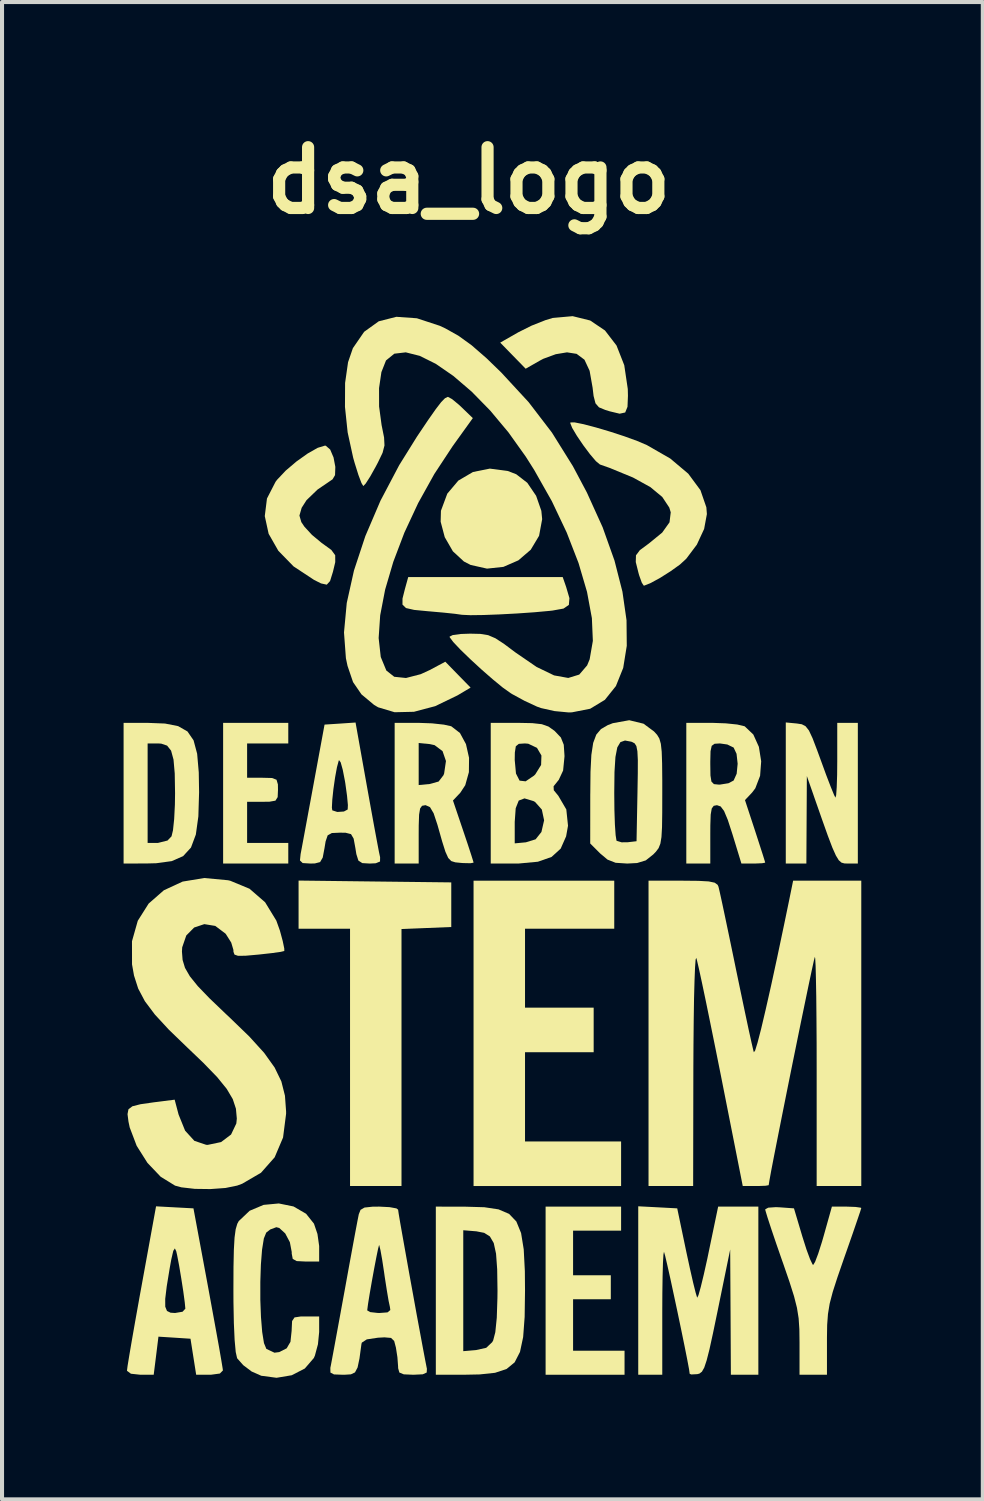
<source format=kicad_pcb>
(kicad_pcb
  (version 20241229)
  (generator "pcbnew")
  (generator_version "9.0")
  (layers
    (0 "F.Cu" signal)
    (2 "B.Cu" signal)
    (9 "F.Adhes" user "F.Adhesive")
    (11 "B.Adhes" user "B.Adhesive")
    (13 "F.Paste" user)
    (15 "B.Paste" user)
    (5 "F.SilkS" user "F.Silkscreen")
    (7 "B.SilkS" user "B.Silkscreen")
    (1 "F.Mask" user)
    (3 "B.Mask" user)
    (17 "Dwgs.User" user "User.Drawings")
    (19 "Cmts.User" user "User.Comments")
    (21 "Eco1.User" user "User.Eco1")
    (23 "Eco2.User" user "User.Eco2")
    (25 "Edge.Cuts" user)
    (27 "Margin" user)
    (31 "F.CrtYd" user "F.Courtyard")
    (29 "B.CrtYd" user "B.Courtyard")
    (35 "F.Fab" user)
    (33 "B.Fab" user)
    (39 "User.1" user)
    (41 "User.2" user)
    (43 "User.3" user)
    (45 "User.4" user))
  (footprint "dsa_logo"
    (layer "F.Cu")
    (at 8.467 18.429)
    (property "Reference" "dsa_logo" (at 0.05 -17.025 0) (layer "F.SilkS") (effects (font (size 1.5 1.5) (thickness 0.3))))
    (attr board_only exclude_from_pos_files exclude_from_bom)
    (fp_poly (pts (xy -2.265 0.274) (xy -0.381 0.296) (xy -0.381 0.847) (xy -0.381 1.397) (xy -0.995 1.422) (xy -1.609 1.447) (xy -1.609 4.618) (xy -1.609 7.789) (xy -2.244 7.789) (xy -2.879 7.789) (xy -2.879 4.614) (xy -2.879 1.439) (xy -3.514 1.439) (xy -4.149 1.439) (xy -4.149 0.845) (xy -4.149 0.251)) (stroke (width 0) (type solid)) (fill yes) (layer "F.SilkS"))
    (fp_poly (pts (xy 1.014 -9.856) (xy 1.222 -9.776) (xy 1.495 -9.565) (xy 1.713 -9.244) (xy 1.842 -8.873) (xy 1.862 -8.667) (xy 1.786 -8.257) (xy 1.58 -7.913) (xy 1.275 -7.651) (xy 0.905 -7.49) (xy 0.501 -7.447) (xy 0.096 -7.538) (xy -0.069 -7.623) (xy -0.341 -7.874) (xy -0.542 -8.223) (xy -0.643 -8.605) (xy -0.636 -8.875) (xy -0.479 -9.297) (xy -0.206 -9.62) (xy 0.154 -9.831) (xy 0.571 -9.915)) (stroke (width 0) (type solid)) (fill yes) (layer "F.SilkS"))
    (fp_poly (pts (xy 3.641 0.847) (xy 3.641 1.439) (xy 2.54 1.439) (xy 1.439 1.439) (xy 1.439 2.413) (xy 1.439 3.387) (xy 2.286 3.387) (xy 3.133 3.387) (xy 3.133 3.937) (xy 3.133 4.487) (xy 2.286 4.487) (xy 1.439 4.487) (xy 1.439 5.588) (xy 1.439 6.689) (xy 2.625 6.689) (xy 3.81 6.689) (xy 3.81 7.239) (xy 3.81 7.789) (xy 1.99 7.789) (xy 0.169 7.789) (xy 0.169 4.022) (xy 0.169 0.254) (xy 1.905 0.254) (xy 3.641 0.254)) (stroke (width 0) (type solid)) (fill yes) (layer "F.SilkS"))
    (fp_poly (pts (xy 3.81 8.594) (xy 3.81 8.89) (xy 3.217 8.89) (xy 2.625 8.89) (xy 2.625 9.44) (xy 2.625 9.991) (xy 3.09 9.991) (xy 3.556 9.991) (xy 3.556 10.287) (xy 3.556 10.583) (xy 3.09 10.583) (xy 2.625 10.583) (xy 2.625 11.218) (xy 2.625 11.853) (xy 3.26 11.853) (xy 3.895 11.853) (xy 3.895 12.15) (xy 3.895 12.446) (xy 2.921 12.446) (xy 1.947 12.446) (xy 1.947 10.372) (xy 1.947 8.297) (xy 2.879 8.297) (xy 3.81 8.297)) (stroke (width 0) (type solid)) (fill yes) (layer "F.SilkS"))
    (fp_poly (pts (xy 2.454 -6.994) (xy 2.535 -6.718) (xy 2.521 -6.552) (xy 2.389 -6.461) (xy 2.116 -6.412) (xy 2.053 -6.405) (xy 1.669 -6.37) (xy 1.24 -6.34) (xy 0.806 -6.317) (xy 0.409 -6.302) (xy 0.091 -6.298) (xy -0.107 -6.307) (xy -0.127 -6.309) (xy -0.291 -6.332) (xy -0.568 -6.361) (xy -0.903 -6.391) (xy -0.953 -6.395) (xy -1.296 -6.428) (xy -1.498 -6.474) (xy -1.585 -6.559) (xy -1.584 -6.709) (xy -1.525 -6.943) (xy -1.443 -7.239) (xy 0.463 -7.239) (xy 2.369 -7.239)) (stroke (width 0) (type solid)) (fill yes) (layer "F.SilkS"))
    (fp_poly (pts (xy -4.403 -3.387) (xy -4.403 -3.133) (xy -4.911 -3.133) (xy -5.419 -3.133) (xy -5.419 -2.709) (xy -5.419 -2.286) (xy -5.038 -2.286) (xy -4.804 -2.28) (xy -4.693 -2.237) (xy -4.659 -2.122) (xy -4.657 -1.99) (xy -4.665 -1.808) (xy -4.72 -1.721) (xy -4.868 -1.695) (xy -5.038 -1.693) (xy -5.419 -1.693) (xy -5.419 -1.185) (xy -5.419 -0.677) (xy -4.911 -0.677) (xy -4.403 -0.677) (xy -4.403 -0.423) (xy -4.403 -0.169) (xy -5.207 -0.169) (xy -6.011 -0.169) (xy -6.011 -1.905) (xy -6.011 -3.641) (xy -5.207 -3.641) (xy -4.403 -3.641)) (stroke (width 0) (type solid)) (fill yes) (layer "F.SilkS"))
    (fp_poly (pts (xy 3.047 -13.57) (xy 3.412 -13.324) (xy 3.697 -12.953) (xy 3.888 -12.467) (xy 3.975 -11.88) (xy 3.979 -11.711) (xy 3.968 -11.44) (xy 3.911 -11.3) (xy 3.774 -11.27) (xy 3.525 -11.33) (xy 3.419 -11.363) (xy 3.264 -11.427) (xy 3.178 -11.526) (xy 3.131 -11.708) (xy 3.107 -11.911) (xy 3.033 -12.329) (xy 2.906 -12.602) (xy 2.712 -12.747) (xy 2.475 -12.784) (xy 2.197 -12.738) (xy 1.89 -12.625) (xy 1.807 -12.581) (xy 1.455 -12.38) (xy 1.141 -12.702) (xy 0.827 -13.024) (xy 1.277 -13.281) (xy 1.601 -13.443) (xy 1.944 -13.579) (xy 2.123 -13.633) (xy 2.614 -13.677)) (stroke (width 0) (type solid)) (fill yes) (layer "F.SilkS"))
    (fp_poly (pts (xy -3.478 -10.48) (xy -3.369 -10.385) (xy -3.286 -10.19) (xy -3.242 -9.958) (xy -3.249 -9.755) (xy -3.31 -9.651) (xy -3.681 -9.398) (xy -3.953 -9.136) (xy -4.073 -8.948) (xy -4.128 -8.756) (xy -4.081 -8.595) (xy -4.005 -8.482) (xy -3.819 -8.28) (xy -3.582 -8.083) (xy -3.548 -8.059) (xy -3.339 -7.906) (xy -3.245 -7.777) (xy -3.244 -7.607) (xy -3.3 -7.372) (xy -3.372 -7.14) (xy -3.453 -7.051) (xy -3.595 -7.082) (xy -3.768 -7.169) (xy -4.273 -7.502) (xy -4.649 -7.888) (xy -4.888 -8.307) (xy -4.983 -8.743) (xy -4.929 -9.177) (xy -4.717 -9.59) (xy -4.678 -9.641) (xy -4.466 -9.866) (xy -4.201 -10.091) (xy -3.924 -10.288) (xy -3.677 -10.428) (xy -3.5 -10.482)) (stroke (width 0) (type solid)) (fill yes) (layer "F.SilkS"))
    (fp_poly (pts (xy -7.445 -3.624) (xy -7.121 -3.56) (xy -6.891 -3.429) (xy -6.74 -3.209) (xy -6.652 -2.879) (xy -6.612 -2.419) (xy -6.604 -1.929) (xy -6.622 -1.333) (xy -6.684 -0.885) (xy -6.804 -0.564) (xy -6.998 -0.352) (xy -7.278 -0.229) (xy -7.66 -0.177) (xy -7.895 -0.171) (xy -8.467 -0.169) (xy -8.467 -1.905) (xy -8.467 -3.133) (xy -7.874 -3.133) (xy -7.874 -1.905) (xy -7.874 -0.677) (xy -7.623 -0.677) (xy -7.383 -0.737) (xy -7.284 -0.841) (xy -7.248 -0.991) (xy -7.219 -1.267) (xy -7.201 -1.625) (xy -7.197 -1.905) (xy -7.205 -2.392) (xy -7.235 -2.734) (xy -7.295 -2.955) (xy -7.393 -3.079) (xy -7.538 -3.128) (xy -7.623 -3.133) (xy -7.874 -3.133) (xy -8.467 -3.133) (xy -8.467 -3.641) (xy -7.88 -3.641)) (stroke (width 0) (type solid)) (fill yes) (layer "F.SilkS"))
    (fp_poly (pts (xy 8.147 -3.625) (xy 8.27 -3.606) (xy 8.362 -3.558) (xy 8.445 -3.453) (xy 8.535 -3.261) (xy 8.652 -2.954) (xy 8.738 -2.719) (xy 8.869 -2.36) (xy 8.983 -2.063) (xy 9.065 -1.863) (xy 9.099 -1.795) (xy 9.117 -1.855) (xy 9.131 -2.053) (xy 9.141 -2.357) (xy 9.144 -2.695) (xy 9.144 -3.641) (xy 9.398 -3.641) (xy 9.652 -3.641) (xy 9.652 -1.905) (xy 9.652 -0.169) (xy 9.407 -0.169) (xy 9.32 -0.172) (xy 9.248 -0.192) (xy 9.182 -0.25) (xy 9.111 -0.366) (xy 9.024 -0.56) (xy 8.913 -0.852) (xy 8.767 -1.262) (xy 8.575 -1.81) (xy 8.557 -1.863) (xy 8.394 -2.328) (xy 8.388 -1.249) (xy 8.382 -0.169) (xy 8.128 -0.169) (xy 7.874 -0.169) (xy 7.874 -1.91) (xy 7.874 -3.651)) (stroke (width 0) (type solid)) (fill yes) (layer "F.SilkS"))
    (fp_poly (pts (xy -0.021 8.299) (xy 0.435 8.312) (xy 0.786 8.365) (xy 1.045 8.476) (xy 1.225 8.664) (xy 1.342 8.95) (xy 1.407 9.351) (xy 1.435 9.888) (xy 1.439 10.372) (xy 1.43 11.019) (xy 1.393 11.516) (xy 1.315 11.883) (xy 1.183 12.14) (xy 0.982 12.305) (xy 0.699 12.398) (xy 0.32 12.438) (xy -0.021 12.445) (xy -0.762 12.446) (xy -0.762 10.372) (xy -0.762 8.88) (xy -0.085 8.88) (xy -0.085 10.372) (xy -0.085 11.864) (xy 0.231 11.837) (xy 0.482 11.781) (xy 0.629 11.642) (xy 0.653 11.599) (xy 0.706 11.396) (xy 0.742 11.042) (xy 0.758 10.554) (xy 0.76 10.372) (xy 0.752 9.842) (xy 0.724 9.458) (xy 0.667 9.196) (xy 0.572 9.033) (xy 0.431 8.944) (xy 0.235 8.906) (xy 0.231 8.906) (xy -0.085 8.88) (xy -0.762 8.88) (xy -0.762 8.297)) (stroke (width 0) (type solid)) (fill yes) (layer "F.SilkS"))
    (fp_poly (pts (xy -0.361 -11.63) (xy -0.195 -11.493) (xy -0.119 -11.422) (xy 0.151 -11.161) (xy -0.346 -10.47) (xy -0.799 -9.782) (xy -1.198 -9.064) (xy -1.538 -8.335) (xy -1.811 -7.616) (xy -2.013 -6.929) (xy -2.135 -6.295) (xy -2.173 -5.734) (xy -2.121 -5.266) (xy -1.983 -4.932) (xy -1.788 -4.778) (xy -1.498 -4.748) (xy -1.135 -4.842) (xy -0.911 -4.945) (xy -0.528 -5.15) (xy -0.216 -4.83) (xy 0.096 -4.511) (xy -0.227 -4.319) (xy -0.777 -4.053) (xy -1.302 -3.914) (xy -1.779 -3.903) (xy -2.186 -4.025) (xy -2.287 -4.085) (xy -2.597 -4.344) (xy -2.805 -4.647) (xy -2.941 -5.047) (xy -2.981 -5.235) (xy -3.028 -5.871) (xy -2.96 -6.6) (xy -2.782 -7.4) (xy -2.502 -8.248) (xy -2.128 -9.123) (xy -1.666 -10) (xy -1.227 -10.705) (xy -0.958 -11.105) (xy -0.764 -11.382) (xy -0.629 -11.557) (xy -0.537 -11.651) (xy -0.473 -11.683) (xy -0.46 -11.684)) (stroke (width 0) (type solid)) (fill yes) (layer "F.SilkS"))
    (fp_poly (pts (xy 2.884 -11.011) (xy 3.188 -10.931) (xy 3.536 -10.828) (xy 3.889 -10.713) (xy 4.208 -10.597) (xy 4.445 -10.496) (xy 5.023 -10.164) (xy 5.468 -9.789) (xy 5.768 -9.383) (xy 5.914 -8.96) (xy 5.927 -8.793) (xy 5.859 -8.426) (xy 5.679 -8.038) (xy 5.419 -7.692) (xy 5.264 -7.549) (xy 5.031 -7.382) (xy 4.775 -7.22) (xy 4.543 -7.093) (xy 4.388 -7.03) (xy 4.369 -7.027) (xy 4.321 -7.1) (xy 4.256 -7.281) (xy 4.238 -7.345) (xy 4.172 -7.609) (xy 4.177 -7.775) (xy 4.273 -7.903) (xy 4.484 -8.059) (xy 4.486 -8.06) (xy 4.824 -8.336) (xy 5.005 -8.59) (xy 5.035 -8.836) (xy 4.999 -8.954) (xy 4.826 -9.215) (xy 4.532 -9.459) (xy 4.104 -9.695) (xy 3.528 -9.932) (xy 3.287 -10.017) (xy 3.188 -10.099) (xy 3.041 -10.272) (xy 2.875 -10.494) (xy 2.719 -10.724) (xy 2.603 -10.919) (xy 2.555 -11.039) (xy 2.559 -11.054) (xy 2.661 -11.056)) (stroke (width 0) (type solid)) (fill yes) (layer "F.SilkS"))
    (fp_poly (pts (xy 9.595 8.305) (xy 9.723 8.323) (xy 9.737 8.332) (xy 9.71 8.42) (xy 9.636 8.638) (xy 9.526 8.959) (xy 9.388 9.354) (xy 9.313 9.567) (xy 9.148 10.044) (xy 9.032 10.404) (xy 8.957 10.691) (xy 8.915 10.947) (xy 8.895 11.215) (xy 8.89 11.538) (xy 8.89 11.607) (xy 8.89 12.446) (xy 8.551 12.446) (xy 8.213 12.446) (xy 8.213 11.647) (xy 8.209 11.321) (xy 8.191 11.052) (xy 8.15 10.795) (xy 8.078 10.51) (xy 7.965 10.153) (xy 7.803 9.682) (xy 7.789 9.644) (xy 7.641 9.218) (xy 7.516 8.849) (xy 7.423 8.564) (xy 7.372 8.395) (xy 7.366 8.364) (xy 7.441 8.323) (xy 7.629 8.31) (xy 7.721 8.314) (xy 8.076 8.34) (xy 8.284 9.038) (xy 8.384 9.353) (xy 8.473 9.594) (xy 8.535 9.724) (xy 8.55 9.737) (xy 8.597 9.661) (xy 8.674 9.458) (xy 8.767 9.166) (xy 8.81 9.017) (xy 9.012 8.297) (xy 9.374 8.297)) (stroke (width 0) (type solid)) (fill yes) (layer "F.SilkS"))
    (fp_poly (pts (xy -7.205 8.315) (xy -6.743 8.34) (xy -6.381 10.287) (xy -6.279 10.844) (xy -6.187 11.348) (xy -6.11 11.774) (xy -6.054 12.098) (xy -6.022 12.294) (xy -6.016 12.34) (xy -6.091 12.416) (xy -6.312 12.446) (xy -6.344 12.446) (xy -6.676 12.446) (xy -6.746 12.002) (xy -6.816 11.557) (xy -7.212 11.531) (xy -7.607 11.506) (xy -7.665 11.976) (xy -7.724 12.446) (xy -8.053 12.446) (xy -8.286 12.421) (xy -8.382 12.35) (xy -8.383 12.34) (xy -8.369 12.23) (xy -8.328 11.978) (xy -8.265 11.608) (xy -8.184 11.146) (xy -8.089 10.615) (xy -8.082 10.574) (xy -7.44 10.574) (xy -7.439 10.767) (xy -7.396 10.872) (xy -7.308 10.915) (xy -7.197 10.922) (xy -7.012 10.891) (xy -6.943 10.816) (xy -6.958 10.658) (xy -6.994 10.389) (xy -7.044 10.068) (xy -7.097 9.751) (xy -7.146 9.495) (xy -7.168 9.398) (xy -7.202 9.328) (xy -7.241 9.389) (xy -7.289 9.595) (xy -7.33 9.821) (xy -7.403 10.268) (xy -7.44 10.574) (xy -8.082 10.574) (xy -8.025 10.262) (xy -7.666 8.29)) (stroke (width 0) (type solid)) (fill yes) (layer "F.SilkS"))
    (fp_poly (pts (xy 4.714 8.314) (xy 5.195 8.34) (xy 5.421 9.421) (xy 5.509 9.827) (xy 5.587 10.17) (xy 5.649 10.418) (xy 5.685 10.538) (xy 5.689 10.543) (xy 5.72 10.48) (xy 5.776 10.28) (xy 5.851 9.971) (xy 5.938 9.581) (xy 5.967 9.44) (xy 6.205 8.297) (xy 6.701 8.297) (xy 7.197 8.297) (xy 7.197 10.372) (xy 7.197 12.446) (xy 6.858 12.446) (xy 6.519 12.446) (xy 6.511 10.901) (xy 6.502 9.356) (xy 6.19 10.88) (xy 6.078 11.42) (xy 5.991 11.817) (xy 5.921 12.092) (xy 5.862 12.269) (xy 5.805 12.37) (xy 5.744 12.417) (xy 5.691 12.431) (xy 5.544 12.439) (xy 5.503 12.424) (xy 5.487 12.311) (xy 5.442 12.071) (xy 5.375 11.734) (xy 5.293 11.334) (xy 5.203 10.903) (xy 5.111 10.473) (xy 5.026 10.077) (xy 4.952 9.747) (xy 4.898 9.515) (xy 4.869 9.414) (xy 4.868 9.412) (xy 4.855 9.478) (xy 4.843 9.688) (xy 4.834 10.017) (xy 4.828 10.437) (xy 4.826 10.908) (xy 4.826 12.446) (xy 4.53 12.446) (xy 4.233 12.446) (xy 4.233 10.367) (xy 4.233 8.289)) (stroke (width 0) (type solid)) (fill yes) (layer "F.SilkS"))
    (fp_poly (pts (xy -0.857 -3.629) (xy -0.562 -3.597) (xy -0.382 -3.557) (xy -0.167 -3.391) (xy -0.018 -3.116) (xy 0.058 -2.777) (xy 0.054 -2.424) (xy -0.036 -2.102) (xy -0.159 -1.915) (xy -0.339 -1.725) (xy -0.085 -0.974) (xy 0.026 -0.644) (xy 0.112 -0.381) (xy 0.162 -0.221) (xy 0.169 -0.191) (xy 0.095 -0.177) (xy -0.089 -0.181) (xy -0.142 -0.185) (xy -0.282 -0.199) (xy -0.381 -0.23) (xy -0.456 -0.307) (xy -0.525 -0.459) (xy -0.606 -0.715) (xy -0.716 -1.104) (xy -0.721 -1.122) (xy -0.816 -1.409) (xy -0.906 -1.561) (xy -1.011 -1.608) (xy -1.022 -1.609) (xy -1.102 -1.594) (xy -1.15 -1.527) (xy -1.175 -1.376) (xy -1.184 -1.107) (xy -1.185 -0.889) (xy -1.185 -0.169) (xy -1.482 -0.169) (xy -1.778 -0.169) (xy -1.778 -1.905) (xy -1.778 -3.143) (xy -1.185 -3.143) (xy -1.185 -2.625) (xy -1.185 -2.106) (xy -0.912 -2.132) (xy -0.693 -2.193) (xy -0.573 -2.349) (xy -0.557 -2.392) (xy -0.512 -2.699) (xy -0.596 -2.943) (xy -0.793 -3.091) (xy -0.912 -3.117) (xy -1.185 -3.143) (xy -1.778 -3.143) (xy -1.778 -3.641) (xy -1.191 -3.641)) (stroke (width 0) (type solid)) (fill yes) (layer "F.SilkS"))
    (fp_poly (pts (xy -2.46 -2.063) (xy -2.369 -1.557) (xy -2.286 -1.101) (xy -2.216 -0.724) (xy -2.165 -0.455) (xy -2.137 -0.324) (xy -2.137 -0.324) (xy -2.139 -0.219) (xy -2.244 -0.176) (xy -2.394 -0.169) (xy -2.577 -0.18) (xy -2.673 -0.242) (xy -2.723 -0.401) (xy -2.747 -0.55) (xy -2.79 -0.784) (xy -2.855 -0.895) (xy -2.988 -0.929) (xy -3.128 -0.931) (xy -3.328 -0.922) (xy -3.431 -0.865) (xy -3.482 -0.715) (xy -3.509 -0.55) (xy -3.553 -0.317) (xy -3.618 -0.205) (xy -3.746 -0.172) (xy -3.855 -0.169) (xy -4.048 -0.181) (xy -4.115 -0.245) (xy -4.099 -0.402) (xy -4.099 -0.402) (xy -4.069 -0.56) (xy -4.015 -0.852) (xy -3.942 -1.246) (xy -3.886 -1.55) (xy -3.327 -1.55) (xy -3.317 -1.482) (xy -3.193 -1.442) (xy -3.03 -1.453) (xy -2.937 -1.503) (xy -2.932 -1.612) (xy -2.953 -1.841) (xy -2.995 -2.145) (xy -3.004 -2.201) (xy -3.059 -2.483) (xy -3.11 -2.666) (xy -3.151 -2.721) (xy -3.158 -2.709) (xy -3.202 -2.545) (xy -3.248 -2.294) (xy -3.289 -2.009) (xy -3.317 -1.744) (xy -3.327 -1.55) (xy -3.886 -1.55) (xy -3.856 -1.71) (xy -3.781 -2.117) (xy -3.508 -3.598) (xy -3.125 -3.623) (xy -2.743 -3.649)) (stroke (width 0) (type solid)) (fill yes) (layer "F.SilkS"))
    (fp_poly (pts (xy 4.364 -3.62) (xy 4.622 -3.429) (xy 4.699 -3.345) (xy 4.754 -3.253) (xy 4.791 -3.124) (xy 4.812 -2.929) (xy 4.822 -2.64) (xy 4.826 -2.228) (xy 4.826 -1.92) (xy 4.825 -1.424) (xy 4.82 -1.068) (xy 4.806 -0.823) (xy 4.779 -0.66) (xy 4.735 -0.549) (xy 4.669 -0.461) (xy 4.603 -0.393) (xy 4.419 -0.247) (xy 4.206 -0.182) (xy 3.961 -0.169) (xy 3.674 -0.188) (xy 3.475 -0.266) (xy 3.295 -0.417) (xy 3.048 -0.664) (xy 3.049 -1.877) (xy 3.05 -1.909) (xy 3.641 -1.909) (xy 3.645 -1.489) (xy 3.657 -1.132) (xy 3.675 -0.87) (xy 3.696 -0.738) (xy 3.701 -0.73) (xy 3.823 -0.693) (xy 3.976 -0.695) (xy 4.191 -0.72) (xy 4.214 -1.92) (xy 4.222 -2.393) (xy 4.223 -2.724) (xy 4.212 -2.94) (xy 4.187 -3.068) (xy 4.144 -3.135) (xy 4.081 -3.169) (xy 4.062 -3.176) (xy 3.906 -3.205) (xy 3.793 -3.165) (xy 3.716 -3.035) (xy 3.67 -2.797) (xy 3.647 -2.429) (xy 3.641 -1.913) (xy 3.641 -1.909) (xy 3.05 -1.909) (xy 3.055 -2.435) (xy 3.076 -2.85) (xy 3.121 -3.146) (xy 3.198 -3.351) (xy 3.314 -3.488) (xy 3.479 -3.584) (xy 3.606 -3.633) (xy 4.011 -3.706)) (stroke (width 0) (type solid)) (fill yes) (layer "F.SilkS"))
    (fp_poly (pts (xy 6.393 -3.629) (xy 6.676 -3.6) (xy 6.853 -3.558) (xy 6.863 -3.553) (xy 7.073 -3.353) (xy 7.21 -3.049) (xy 7.267 -2.692) (xy 7.24 -2.334) (xy 7.122 -2.026) (xy 7.044 -1.923) (xy 6.867 -1.735) (xy 7.117 -0.974) (xy 7.224 -0.643) (xy 7.309 -0.38) (xy 7.358 -0.221) (xy 7.366 -0.191) (xy 7.291 -0.177) (xy 7.109 -0.169) (xy 7.072 -0.169) (xy 6.779 -0.169) (xy 6.559 -0.889) (xy 6.443 -1.246) (xy 6.351 -1.466) (xy 6.267 -1.578) (xy 6.176 -1.609) (xy 6.176 -1.609) (xy 6.096 -1.594) (xy 6.047 -1.528) (xy 6.021 -1.378) (xy 6.012 -1.111) (xy 6.011 -0.889) (xy 6.011 -0.169) (xy 5.715 -0.169) (xy 5.419 -0.169) (xy 5.419 -1.905) (xy 5.419 -2.625) (xy 6.011 -2.625) (xy 6.015 -2.343) (xy 6.039 -2.192) (xy 6.101 -2.129) (xy 6.22 -2.117) (xy 6.248 -2.117) (xy 6.46 -2.151) (xy 6.587 -2.218) (xy 6.662 -2.385) (xy 6.686 -2.632) (xy 6.659 -2.877) (xy 6.587 -3.031) (xy 6.431 -3.107) (xy 6.248 -3.133) (xy 6.117 -3.125) (xy 6.046 -3.074) (xy 6.017 -2.941) (xy 6.011 -2.685) (xy 6.011 -2.625) (xy 5.419 -2.625) (xy 5.419 -3.641) (xy 6.059 -3.641)) (stroke (width 0) (type solid)) (fill yes) (layer "F.SilkS"))
    (fp_poly (pts (xy 1.619 -3.634) (xy 1.853 -3.608) (xy 2.017 -3.55) (xy 2.159 -3.45) (xy 2.175 -3.436) (xy 2.324 -3.279) (xy 2.395 -3.101) (xy 2.413 -2.83) (xy 2.413 -2.81) (xy 2.379 -2.464) (xy 2.271 -2.233) (xy 2.251 -2.209) (xy 2.144 -2.076) (xy 2.149 -1.978) (xy 2.261 -1.841) (xy 2.458 -1.504) (xy 2.5 -1.102) (xy 2.453 -0.84) (xy 2.319 -0.537) (xy 2.094 -0.332) (xy 1.757 -0.214) (xy 1.286 -0.17) (xy 1.206 -0.17) (xy 0.593 -0.169) (xy 0.593 -0.667) (xy 1.185 -0.667) (xy 1.46 -0.693) (xy 1.7 -0.767) (xy 1.844 -0.948) (xy 1.91 -1.236) (xy 1.854 -1.501) (xy 1.687 -1.689) (xy 1.646 -1.711) (xy 1.426 -1.777) (xy 1.284 -1.723) (xy 1.209 -1.534) (xy 1.185 -1.197) (xy 1.185 -1.183) (xy 1.185 -0.667) (xy 0.593 -0.667) (xy 0.593 -1.905) (xy 0.593 -2.723) (xy 1.185 -2.723) (xy 1.216 -2.39) (xy 1.305 -2.215) (xy 1.454 -2.198) (xy 1.661 -2.339) (xy 1.693 -2.371) (xy 1.836 -2.602) (xy 1.844 -2.835) (xy 1.734 -3.024) (xy 1.519 -3.126) (xy 1.436 -3.133) (xy 1.286 -3.123) (xy 1.212 -3.063) (xy 1.188 -2.909) (xy 1.185 -2.723) (xy 0.593 -2.723) (xy 0.593 -3.641) (xy 1.265 -3.641)) (stroke (width 0) (type solid)) (fill yes) (layer "F.SilkS"))
    (fp_poly (pts (xy -4.274 8.293) (xy -3.964 8.473) (xy -3.769 8.718) (xy -3.683 8.972) (xy -3.641 9.269) (xy -3.641 9.309) (xy -3.641 9.652) (xy -3.979 9.652) (xy -4.197 9.641) (xy -4.293 9.587) (xy -4.318 9.456) (xy -4.318 9.417) (xy -4.364 9.175) (xy -4.479 8.958) (xy -4.626 8.824) (xy -4.698 8.805) (xy -4.848 8.861) (xy -4.947 8.938) (xy -5.006 9.083) (xy -5.05 9.358) (xy -5.079 9.727) (xy -5.093 10.153) (xy -5.093 10.597) (xy -5.077 11.022) (xy -5.047 11.39) (xy -5.003 11.665) (xy -4.944 11.808) (xy -4.744 11.902) (xy -4.627 11.887) (xy -4.443 11.794) (xy -4.349 11.633) (xy -4.32 11.358) (xy -4.319 11.324) (xy -4.309 11.121) (xy -4.249 11.031) (xy -4.089 11.007) (xy -3.979 11.007) (xy -3.641 11.007) (xy -3.641 11.392) (xy -3.671 11.694) (xy -3.746 11.973) (xy -3.773 12.034) (xy -3.995 12.292) (xy -4.317 12.458) (xy -4.692 12.521) (xy -5.07 12.471) (xy -5.307 12.366) (xy -5.514 12.21) (xy -5.658 12.048) (xy -5.667 12.033) (xy -5.7 11.885) (xy -5.727 11.589) (xy -5.746 11.17) (xy -5.756 10.647) (xy -5.757 10.354) (xy -5.755 9.787) (xy -5.746 9.364) (xy -5.729 9.062) (xy -5.701 8.855) (xy -5.661 8.72) (xy -5.625 8.654) (xy -5.356 8.399) (xy -5.012 8.254) (xy -4.637 8.219)) (stroke (width 0) (type solid)) (fill yes) (layer "F.SilkS"))
    (fp_poly (pts (xy 5.719 0.258) (xy 5.972 0.272) (xy 6.119 0.303) (xy 6.191 0.355) (xy 6.213 0.402) (xy 6.242 0.525) (xy 6.3 0.788) (xy 6.38 1.166) (xy 6.478 1.633) (xy 6.588 2.163) (xy 6.648 2.455) (xy 6.763 3.007) (xy 6.868 3.507) (xy 6.958 3.93) (xy 7.029 4.251) (xy 7.074 4.445) (xy 7.086 4.487) (xy 7.117 4.447) (xy 7.177 4.252) (xy 7.265 3.913) (xy 7.376 3.442) (xy 7.51 2.849) (xy 7.662 2.147) (xy 7.831 1.345) (xy 7.956 0.741) (xy 8.055 0.254) (xy 8.896 0.254) (xy 9.737 0.254) (xy 9.737 4.022) (xy 9.737 7.789) (xy 9.186 7.789) (xy 8.636 7.789) (xy 8.636 4.939) (xy 8.635 4.266) (xy 8.631 3.652) (xy 8.626 3.116) (xy 8.618 2.678) (xy 8.61 2.357) (xy 8.6 2.171) (xy 8.592 2.133) (xy 8.569 2.219) (xy 8.519 2.447) (xy 8.445 2.795) (xy 8.353 3.238) (xy 8.246 3.754) (xy 8.131 4.318) (xy 8.011 4.908) (xy 7.892 5.499) (xy 7.778 6.069) (xy 7.674 6.593) (xy 7.584 7.049) (xy 7.514 7.412) (xy 7.469 7.66) (xy 7.452 7.768) (xy 7.376 7.782) (xy 7.19 7.789) (xy 7.131 7.789) (xy 6.812 7.789) (xy 6.272 5.059) (xy 6.139 4.395) (xy 6.014 3.779) (xy 5.902 3.232) (xy 5.806 2.775) (xy 5.731 2.429) (xy 5.681 2.215) (xy 5.665 2.159) (xy 5.649 2.2) (xy 5.635 2.392) (xy 5.622 2.718) (xy 5.61 3.16) (xy 5.602 3.699) (xy 5.596 4.318) (xy 5.593 4.889) (xy 5.588 7.789) (xy 5.038 7.789) (xy 4.487 7.789) (xy 4.487 4.022) (xy 4.487 0.254) (xy 5.328 0.254)) (stroke (width 0) (type solid)) (fill yes) (layer "F.SilkS"))
    (fp_poly (pts (xy -1.903 8.31) (xy -1.734 8.341) (xy -1.693 8.372) (xy -1.679 8.47) (xy -1.639 8.707) (xy -1.578 9.052) (xy -1.502 9.478) (xy -1.417 9.954) (xy -1.326 10.453) (xy -1.237 10.946) (xy -1.152 11.403) (xy -1.079 11.797) (xy -1.022 12.097) (xy -0.987 12.276) (xy -0.982 12.298) (xy -0.987 12.391) (xy -1.085 12.435) (xy -1.313 12.446) (xy -1.32 12.446) (xy -1.553 12.436) (xy -1.662 12.391) (xy -1.692 12.285) (xy -1.693 12.245) (xy -1.71 12.013) (xy -1.747 11.775) (xy -1.79 11.612) (xy -1.868 11.537) (xy -2.031 11.523) (xy -2.191 11.532) (xy -2.465 11.573) (xy -2.588 11.653) (xy -2.597 11.684) (xy -2.646 12.044) (xy -2.693 12.267) (xy -2.757 12.388) (xy -2.858 12.436) (xy -3.016 12.446) (xy -3.059 12.446) (xy -3.275 12.438) (xy -3.363 12.392) (xy -3.365 12.276) (xy -3.352 12.213) (xy -3.323 12.059) (xy -3.269 11.769) (xy -3.196 11.372) (xy -3.109 10.898) (xy -3.102 10.858) (xy -2.455 10.858) (xy -2.381 10.9) (xy -2.197 10.921) (xy -2.153 10.922) (xy -1.954 10.907) (xy -1.885 10.849) (xy -1.895 10.774) (xy -1.927 10.624) (xy -1.972 10.357) (xy -2.024 10.023) (xy -2.038 9.923) (xy -2.086 9.608) (xy -2.128 9.372) (xy -2.157 9.253) (xy -2.163 9.247) (xy -2.186 9.333) (xy -2.229 9.542) (xy -2.284 9.828) (xy -2.342 10.147) (xy -2.395 10.452) (xy -2.435 10.7) (xy -2.454 10.846) (xy -2.455 10.858) (xy -3.102 10.858) (xy -3.014 10.378) (xy -3.005 10.329) (xy -2.911 9.81) (xy -2.824 9.337) (xy -2.751 8.942) (xy -2.696 8.651) (xy -2.665 8.495) (xy -2.664 8.488) (xy -2.62 8.377) (xy -2.522 8.32) (xy -2.325 8.299) (xy -2.157 8.297)) (stroke (width 0) (type solid)) (fill yes) (layer "F.SilkS"))
    (fp_poly (pts (xy -5.889 0.243) (xy -5.834 0.256) (xy -5.359 0.453) (xy -4.975 0.786) (xy -4.698 1.239) (xy -4.61 1.485) (xy -4.54 1.744) (xy -4.502 1.928) (xy -4.501 1.989) (xy -4.593 2.011) (xy -4.809 2.041) (xy -5.105 2.074) (xy -5.144 2.078) (xy -5.459 2.106) (xy -5.643 2.108) (xy -5.73 2.078) (xy -5.756 2.008) (xy -5.757 1.963) (xy -5.811 1.781) (xy -5.941 1.575) (xy -5.955 1.558) (xy -6.205 1.37) (xy -6.475 1.326) (xy -6.726 1.41) (xy -6.92 1.606) (xy -7.021 1.899) (xy -7.027 2.003) (xy -7.011 2.21) (xy -6.952 2.405) (xy -6.832 2.613) (xy -6.636 2.856) (xy -6.347 3.156) (xy -5.948 3.538) (xy -5.854 3.626) (xy -5.364 4.1) (xy -4.998 4.503) (xy -4.74 4.864) (xy -4.574 5.207) (xy -4.485 5.56) (xy -4.457 5.948) (xy -4.457 6.006) (xy -4.532 6.592) (xy -4.739 7.08) (xy -5.077 7.462) (xy -5.54 7.732) (xy -5.664 7.778) (xy -5.953 7.837) (xy -6.324 7.864) (xy -6.709 7.859) (xy -7.041 7.821) (xy -7.197 7.779) (xy -7.551 7.561) (xy -7.878 7.218) (xy -8.144 6.797) (xy -8.316 6.344) (xy -8.347 6.197) (xy -8.37 6.014) (xy -8.347 5.895) (xy -8.25 5.821) (xy -8.049 5.77) (xy -7.714 5.722) (xy -7.646 5.714) (xy -7.207 5.658) (xy -7.11 6.025) (xy -6.949 6.423) (xy -6.72 6.674) (xy -6.428 6.772) (xy -6.389 6.773) (xy -6.061 6.704) (xy -5.815 6.518) (xy -5.685 6.245) (xy -5.673 6.124) (xy -5.695 5.88) (xy -5.773 5.644) (xy -5.922 5.392) (xy -6.158 5.101) (xy -6.499 4.749) (xy -6.886 4.379) (xy -7.349 3.932) (xy -7.695 3.557) (xy -7.942 3.228) (xy -8.107 2.916) (xy -8.21 2.595) (xy -8.259 2.319) (xy -8.26 1.748) (xy -8.117 1.243) (xy -7.849 0.819) (xy -7.474 0.491) (xy -7.01 0.276) (xy -6.476 0.188)) (stroke (width 0) (type solid)) (fill yes) (layer "F.SilkS"))
    (fp_poly (pts (xy -1.23 -13.625) (xy -0.664 -13.439) (xy -0.529 -13.376) (xy -0.206 -13.195) (xy 0.121 -12.959) (xy 0.488 -12.64) (xy 0.854 -12.285) (xy 1.528 -11.555) (xy 2.104 -10.803) (xy 2.621 -9.974) (xy 2.965 -9.326) (xy 3.355 -8.466) (xy 3.647 -7.646) (xy 3.843 -6.878) (xy 3.944 -6.173) (xy 3.95 -5.542) (xy 3.862 -4.997) (xy 3.682 -4.549) (xy 3.41 -4.209) (xy 3.047 -3.989) (xy 2.594 -3.9) (xy 2.506 -3.899) (xy 2.17 -3.931) (xy 1.838 -4.005) (xy 1.736 -4.041) (xy 1.43 -4.183) (xy 1.121 -4.351) (xy 1.081 -4.376) (xy 0.89 -4.512) (xy 0.642 -4.716) (xy 0.365 -4.958) (xy 0.09 -5.211) (xy -0.153 -5.446) (xy -0.333 -5.637) (xy -0.42 -5.754) (xy -0.423 -5.768) (xy -0.346 -5.807) (xy -0.146 -5.834) (xy 0.087 -5.842) (xy 0.337 -5.836) (xy 0.529 -5.805) (xy 0.709 -5.728) (xy 0.927 -5.585) (xy 1.209 -5.374) (xy 1.724 -5.021) (xy 2.156 -4.812) (xy 2.506 -4.749) (xy 2.777 -4.832) (xy 2.972 -5.059) (xy 3.034 -5.209) (xy 3.113 -5.664) (xy 3.089 -6.225) (xy 2.969 -6.873) (xy 2.76 -7.584) (xy 2.468 -8.337) (xy 2.101 -9.111) (xy 1.664 -9.884) (xy 1.457 -10.211) (xy 1.03 -10.809) (xy 0.58 -11.347) (xy 0.122 -11.815) (xy -0.33 -12.202) (xy -0.762 -12.5) (xy -1.158 -12.697) (xy -1.504 -12.784) (xy -1.786 -12.751) (xy -1.988 -12.587) (xy -1.993 -12.58) (xy -2.105 -12.296) (xy -2.163 -11.902) (xy -2.162 -11.448) (xy -2.1 -10.987) (xy -2.095 -10.964) (xy -2.039 -10.683) (xy -2.029 -10.487) (xy -2.076 -10.305) (xy -2.19 -10.068) (xy -2.241 -9.971) (xy -2.38 -9.722) (xy -2.493 -9.546) (xy -2.552 -9.484) (xy -2.597 -9.559) (xy -2.673 -9.76) (xy -2.764 -10.051) (xy -2.801 -10.181) (xy -2.938 -10.809) (xy -3.004 -11.438) (xy -3.001 -12.029) (xy -2.928 -12.541) (xy -2.809 -12.887) (xy -2.531 -13.291) (xy -2.171 -13.55) (xy -1.735 -13.661)) (stroke (width 0) (type solid)) (fill yes) (layer "F.SilkS")))
  (gr_rect
    (start -3 -3)
    (end 21.203 33.95)
    (stroke (width 0.1) (type default))
    (fill no)
    (layer "Edge.Cuts")))
</source>
